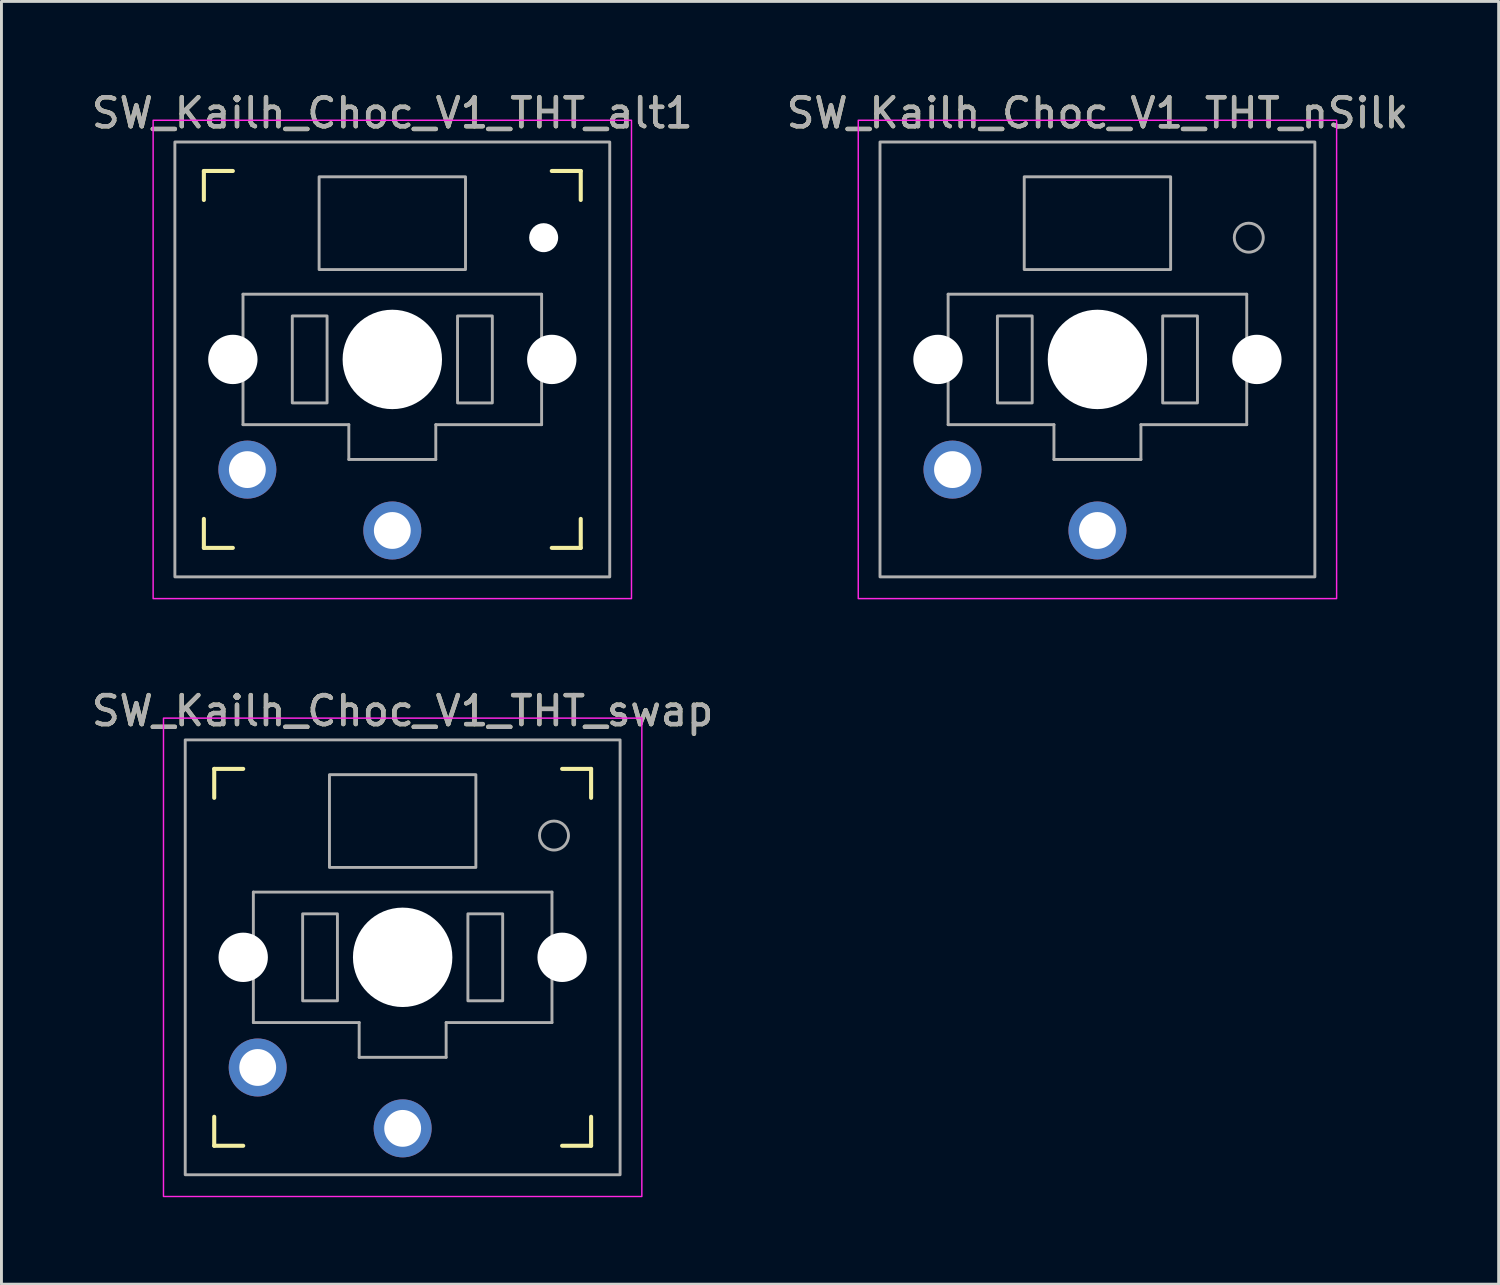
<source format=kicad_pcb>
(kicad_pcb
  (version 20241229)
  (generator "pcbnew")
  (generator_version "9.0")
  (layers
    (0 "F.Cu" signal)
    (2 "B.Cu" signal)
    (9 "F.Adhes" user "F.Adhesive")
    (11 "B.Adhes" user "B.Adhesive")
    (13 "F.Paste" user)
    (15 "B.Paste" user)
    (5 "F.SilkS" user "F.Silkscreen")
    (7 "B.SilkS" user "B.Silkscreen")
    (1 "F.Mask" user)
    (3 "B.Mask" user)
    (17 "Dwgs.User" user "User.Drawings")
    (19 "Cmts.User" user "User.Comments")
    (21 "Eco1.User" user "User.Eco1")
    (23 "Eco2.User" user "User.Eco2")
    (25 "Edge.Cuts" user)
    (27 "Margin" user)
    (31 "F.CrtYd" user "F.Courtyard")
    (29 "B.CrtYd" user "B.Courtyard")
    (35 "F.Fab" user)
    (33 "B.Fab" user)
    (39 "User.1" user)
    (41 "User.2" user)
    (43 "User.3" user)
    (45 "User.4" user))
  (footprint "SW_Kailh_Choc_V1_THT_swap"
    (layer "F.Cu")
    (at 10.839 29.971)
    (property "Reference" "SW_Kailh_Choc_V1_THT_swap" (at 0 -8.5 0) (unlocked yes) (layer "F.SilkS") (effects (font (size 1 1) (thickness 0.15))))
    (attr through_hole)
    (fp_line (start -6.5 -5.5) (end -6.5 -6.5) (stroke (width 0.14) (type solid)) (layer "F.SilkS"))
    (fp_line (start -6.5 6.5) (end -6.5 5.5) (stroke (width 0.14) (type solid)) (layer "F.SilkS"))
    (fp_line (start -6.5 6.5) (end -5.5 6.5) (stroke (width 0.14) (type solid)) (layer "F.SilkS"))
    (fp_line (start -5.5 -6.5) (end -6.5 -6.5) (stroke (width 0.14) (type solid)) (layer "F.SilkS"))
    (fp_line (start 5.5 6.5) (end 6.5 6.5) (stroke (width 0.14) (type solid)) (layer "F.SilkS"))
    (fp_line (start 6.5 -6.5) (end 5.5 -6.5) (stroke (width 0.14) (type solid)) (layer "F.SilkS"))
    (fp_line (start 6.5 -6.5) (end 6.5 -5.5) (stroke (width 0.14) (type solid)) (layer "F.SilkS"))
    (fp_line (start 6.5 5.5) (end 6.5 6.5) (stroke (width 0.14) (type solid)) (layer "F.SilkS"))
    (fp_rect (start -8.25 -8.25) (end 8.25 8.25) (stroke (width 0.05) (type solid)) (fill no) (layer "F.CrtYd"))
    (fp_line (start -5.15 -2.25) (end -5.15 2.25) (stroke (width 0.1) (type default)) (layer "F.Fab"))
    (fp_line (start -5.15 -2.25) (end 5.15 -2.25) (stroke (width 0.1) (type default)) (layer "F.Fab"))
    (fp_line (start -5.15 2.25) (end -1.5 2.25) (stroke (width 0.1) (type default)) (layer "F.Fab"))
    (fp_line (start -1.5 3.45) (end -1.5 2.25) (stroke (width 0.1) (type default)) (layer "F.Fab"))
    (fp_line (start 1.5 2.25) (end 1.5 3.45) (stroke (width 0.1) (type default)) (layer "F.Fab"))
    (fp_line (start 1.5 3.45) (end -1.5 3.45) (stroke (width 0.1) (type default)) (layer "F.Fab"))
    (fp_line (start 5.15 -2.25) (end 5.15 2.25) (stroke (width 0.1) (type default)) (layer "F.Fab"))
    (fp_line (start 5.15 2.25) (end 1.5 2.25) (stroke (width 0.1) (type default)) (layer "F.Fab"))
    (fp_rect (start -7.5 -7.5) (end 7.5 7.5) (stroke (width 0.1) (type solid)) (fill no) (layer "F.Fab"))
    (fp_rect (start -2.525 -6.3) (end 2.525 -3.1) (stroke (width 0.1) (type default)) (fill no) (layer "F.Fab"))
    (fp_rect (start -2.25 -1.5) (end -3.45 1.5) (stroke (width 0.1) (type default)) (fill no) (layer "F.Fab"))
    (fp_rect (start 3.45 -1.5) (end 2.25 1.5) (stroke (width 0.1) (type default)) (fill no) (layer "F.Fab"))
    (fp_circle (center 5.22 -4.2) (end 5.72 -4.2) (stroke (width 0.1) (type default)) (fill no) (layer "F.Fab"))
    (fp_text user "${REFERENCE}" (at 0 -8.5 0) (unlocked yes) (layer "F.Fab") (effects (font (size 1 1) (thickness 0.15))))
    (pad "" np_thru_hole circle (at -5.5 0) (size 1.702 1.702) (drill 1.702) (layers "*.Cu" "*.Mask"))
    (pad "" np_thru_hole circle (at 0 0) (size 3.429 3.429) (drill 3.429) (layers "*.Cu" "*.Mask"))
    (pad "" np_thru_hole circle (at 5.5 0) (size 1.702 1.702) (drill 1.702) (layers "*.Cu" "*.Mask"))
    (pad "1" thru_hole circle (at -5 3.8) (size 2 2) (drill 1.27) (layers "*.Cu" "B.Mask"))
    (pad "2" thru_hole circle (at 0 5.9) (size 2 2) (drill 1.27) (layers "*.Cu" "B.Mask")))
  (footprint "SW_Kailh_Choc_V1_THT_alt1"
    (layer "F.Cu")
    (at 10.482 9.348)
    (property "Reference" "SW_Kailh_Choc_V1_THT_alt1" (at 0 -8.5 0) (unlocked yes) (layer "F.SilkS") (effects (font (size 1 1) (thickness 0.15))))
    (attr through_hole)
    (fp_line (start -6.5 -5.5) (end -6.5 -6.5) (stroke (width 0.14) (type solid)) (layer "F.SilkS"))
    (fp_line (start -6.5 6.5) (end -6.5 5.5) (stroke (width 0.14) (type solid)) (layer "F.SilkS"))
    (fp_line (start -6.5 6.5) (end -5.5 6.5) (stroke (width 0.14) (type solid)) (layer "F.SilkS"))
    (fp_line (start -5.5 -6.5) (end -6.5 -6.5) (stroke (width 0.14) (type solid)) (layer "F.SilkS"))
    (fp_line (start 5.5 6.5) (end 6.5 6.5) (stroke (width 0.14) (type solid)) (layer "F.SilkS"))
    (fp_line (start 6.5 -6.5) (end 5.5 -6.5) (stroke (width 0.14) (type solid)) (layer "F.SilkS"))
    (fp_line (start 6.5 -6.5) (end 6.5 -5.5) (stroke (width 0.14) (type solid)) (layer "F.SilkS"))
    (fp_line (start 6.5 5.5) (end 6.5 6.5) (stroke (width 0.14) (type solid)) (layer "F.SilkS"))
    (fp_rect (start -8.25 -8.25) (end 8.25 8.25) (stroke (width 0.05) (type solid)) (fill no) (layer "F.CrtYd"))
    (fp_line (start -5.15 -2.25) (end -5.15 2.25) (stroke (width 0.1) (type default)) (layer "F.Fab"))
    (fp_line (start -5.15 -2.25) (end 5.15 -2.25) (stroke (width 0.1) (type default)) (layer "F.Fab"))
    (fp_line (start -5.15 2.25) (end -1.5 2.25) (stroke (width 0.1) (type default)) (layer "F.Fab"))
    (fp_line (start -1.5 3.45) (end -1.5 2.25) (stroke (width 0.1) (type default)) (layer "F.Fab"))
    (fp_line (start 1.5 2.25) (end 1.5 3.45) (stroke (width 0.1) (type default)) (layer "F.Fab"))
    (fp_line (start 1.5 3.45) (end -1.5 3.45) (stroke (width 0.1) (type default)) (layer "F.Fab"))
    (fp_line (start 5.15 -2.25) (end 5.15 2.25) (stroke (width 0.1) (type default)) (layer "F.Fab"))
    (fp_line (start 5.15 2.25) (end 1.5 2.25) (stroke (width 0.1) (type default)) (layer "F.Fab"))
    (fp_rect (start -7.5 -7.5) (end 7.5 7.5) (stroke (width 0.1) (type solid)) (fill no) (layer "F.Fab"))
    (fp_rect (start -2.525 -6.3) (end 2.525 -3.1) (stroke (width 0.1) (type default)) (fill no) (layer "F.Fab"))
    (fp_rect (start -2.25 -1.5) (end -3.45 1.5) (stroke (width 0.1) (type default)) (fill no) (layer "F.Fab"))
    (fp_rect (start 3.45 -1.5) (end 2.25 1.5) (stroke (width 0.1) (type default)) (fill no) (layer "F.Fab"))
    (fp_text user "${REFERENCE}" (at 0 -8.5 0) (unlocked yes) (layer "F.Fab") (effects (font (size 1 1) (thickness 0.15))))
    (pad "" np_thru_hole circle (at -5.5 0) (size 1.702 1.702) (drill 1.702) (layers "*.Cu" "*.Mask"))
    (pad "" np_thru_hole circle (at 0 0) (size 3.429 3.429) (drill 3.429) (layers "*.Cu" "*.Mask"))
    (pad "" np_thru_hole circle (at 5.22 -4.2) (size 1 1) (drill 1) (layers "*.Cu" "*.Mask"))
    (pad "" np_thru_hole circle (at 5.5 0) (size 1.702 1.702) (drill 1.702) (layers "*.Cu" "*.Mask"))
    (pad "1" thru_hole circle (at 0 5.9) (size 2 2) (drill 1.27) (layers "*.Cu" "B.Mask"))
    (pad "2" thru_hole circle (at -5 3.8) (size 2 2) (drill 1.27) (layers "*.Cu" "B.Mask")))
  (footprint "SW_Kailh_Choc_V1_THT_nSilk"
    (layer "F.Cu")
    (at 34.804 9.348)
    (property "Reference" "SW_Kailh_Choc_V1_THT_nSilk" (at 0 -8.5 0) (unlocked yes) (layer "F.SilkS") (effects (font (size 1 1) (thickness 0.15))))
    (attr through_hole)
    (fp_rect (start -8.25 -8.25) (end 8.25 8.25) (stroke (width 0.05) (type solid)) (fill no) (layer "F.CrtYd"))
    (fp_line (start -5.15 -2.25) (end -5.15 2.25) (stroke (width 0.1) (type default)) (layer "F.Fab"))
    (fp_line (start -5.15 -2.25) (end 5.15 -2.25) (stroke (width 0.1) (type default)) (layer "F.Fab"))
    (fp_line (start -5.15 2.25) (end -1.5 2.25) (stroke (width 0.1) (type default)) (layer "F.Fab"))
    (fp_line (start -1.5 3.45) (end -1.5 2.25) (stroke (width 0.1) (type default)) (layer "F.Fab"))
    (fp_line (start 1.5 2.25) (end 1.5 3.45) (stroke (width 0.1) (type default)) (layer "F.Fab"))
    (fp_line (start 1.5 3.45) (end -1.5 3.45) (stroke (width 0.1) (type default)) (layer "F.Fab"))
    (fp_line (start 5.15 -2.25) (end 5.15 2.25) (stroke (width 0.1) (type default)) (layer "F.Fab"))
    (fp_line (start 5.15 2.25) (end 1.5 2.25) (stroke (width 0.1) (type default)) (layer "F.Fab"))
    (fp_rect (start -7.5 -7.5) (end 7.5 7.5) (stroke (width 0.1) (type solid)) (fill no) (layer "F.Fab"))
    (fp_rect (start -2.525 -6.3) (end 2.525 -3.1) (stroke (width 0.1) (type default)) (fill no) (layer "F.Fab"))
    (fp_rect (start -2.25 -1.5) (end -3.45 1.5) (stroke (width 0.1) (type default)) (fill no) (layer "F.Fab"))
    (fp_rect (start 3.45 -1.5) (end 2.25 1.5) (stroke (width 0.1) (type default)) (fill no) (layer "F.Fab"))
    (fp_circle (center 5.22 -4.2) (end 5.72 -4.2) (stroke (width 0.1) (type default)) (fill no) (layer "F.Fab"))
    (fp_text user "${REFERENCE}" (at 0 -8.5 0) (unlocked yes) (layer "F.Fab") (effects (font (size 1 1) (thickness 0.15))))
    (pad "" np_thru_hole circle (at -5.5 0) (size 1.702 1.702) (drill 1.702) (layers "*.Cu" "*.Mask"))
    (pad "" np_thru_hole circle (at 0 0) (size 3.429 3.429) (drill 3.429) (layers "*.Cu" "*.Mask"))
    (pad "" np_thru_hole circle (at 5.5 0) (size 1.702 1.702) (drill 1.702) (layers "*.Cu" "*.Mask"))
    (pad "1" thru_hole circle (at 0 5.9) (size 2 2) (drill 1.27) (layers "*.Cu" "B.Mask"))
    (pad "2" thru_hole circle (at -5 3.8) (size 2 2) (drill 1.27) (layers "*.Cu" "B.Mask")))
  (gr_rect
    (start -3 -3)
    (end 48.643 41.246)
    (stroke (width 0.1) (type default))
    (fill no)
    (layer "Edge.Cuts")))
</source>
